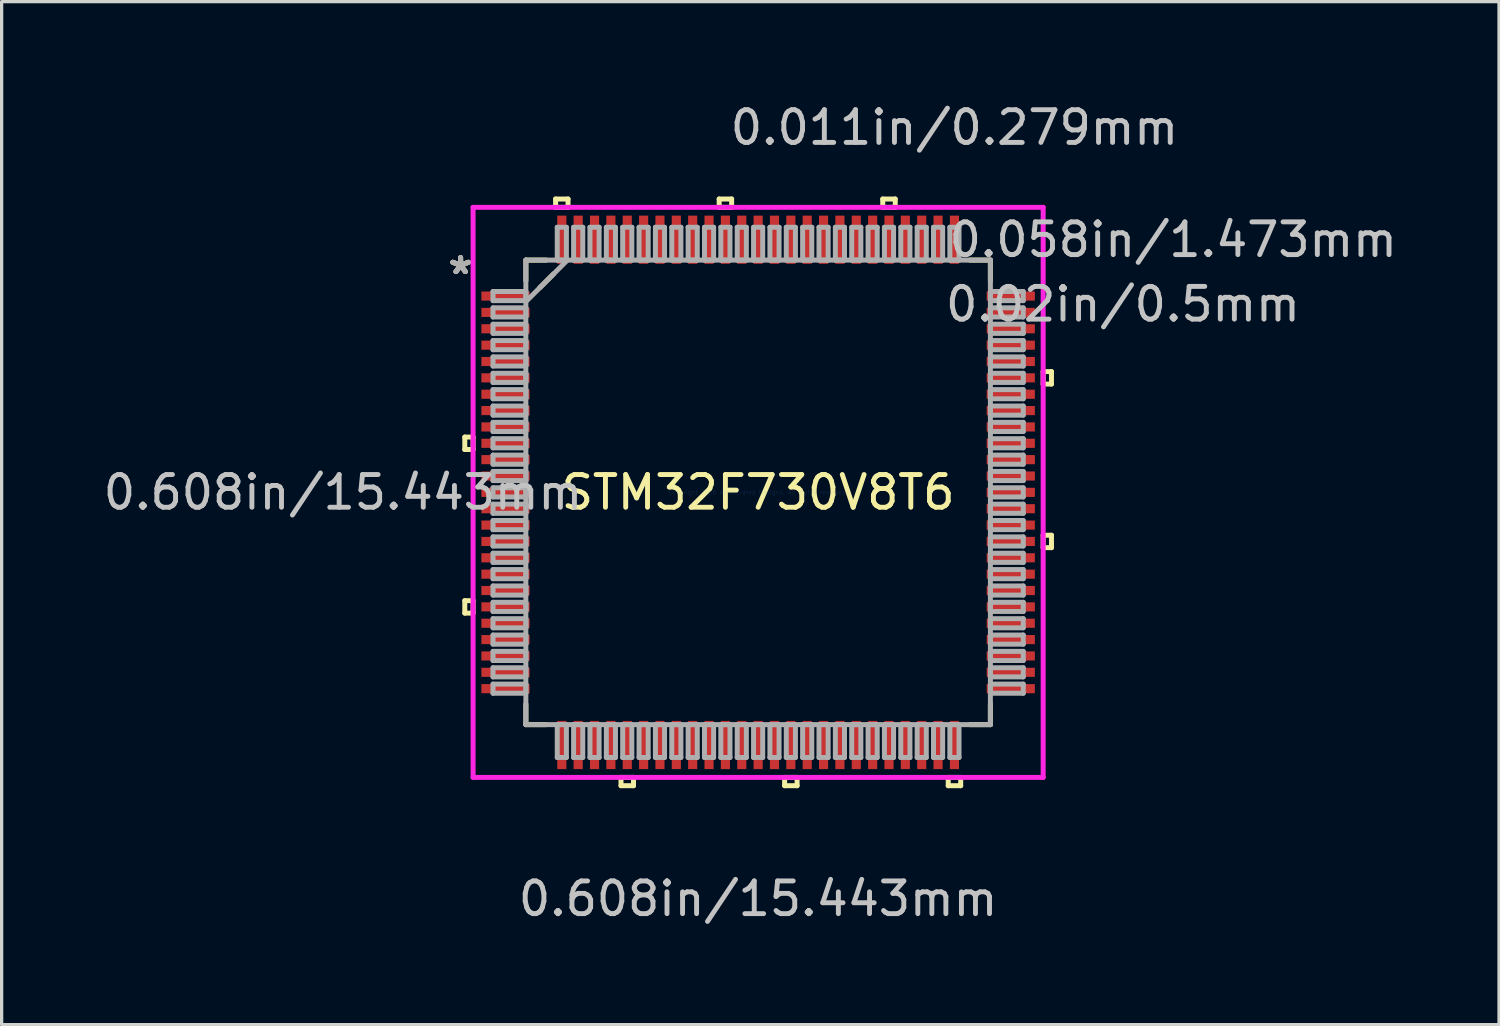
<source format=kicad_pcb>
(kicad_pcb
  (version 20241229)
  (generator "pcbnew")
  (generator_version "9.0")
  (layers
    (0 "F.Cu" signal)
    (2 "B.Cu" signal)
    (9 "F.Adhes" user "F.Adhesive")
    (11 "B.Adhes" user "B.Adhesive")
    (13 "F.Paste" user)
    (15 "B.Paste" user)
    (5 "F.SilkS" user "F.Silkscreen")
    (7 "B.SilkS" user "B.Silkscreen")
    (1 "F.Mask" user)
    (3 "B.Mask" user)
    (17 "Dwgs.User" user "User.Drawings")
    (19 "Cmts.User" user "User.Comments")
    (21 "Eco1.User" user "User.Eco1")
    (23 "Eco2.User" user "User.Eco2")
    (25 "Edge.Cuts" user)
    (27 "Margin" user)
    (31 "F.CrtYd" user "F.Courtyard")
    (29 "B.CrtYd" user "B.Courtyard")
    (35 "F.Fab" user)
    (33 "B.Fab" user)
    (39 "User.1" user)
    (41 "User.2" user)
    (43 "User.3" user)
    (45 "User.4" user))
  (footprint "STM32F730V8T6"
    (layer "F.Cu")
    (at 20.122 11.999)
    (property "Reference" "STM32F730V8T6" (at 0 0 0) (layer "F.SilkS") (effects (font (size 1 1) (thickness 0.15))))
    (attr through_hole)
    (fp_line (start -8.966 -1.69) (end -8.966 -1.31) (stroke (width 0.152) (type solid)) (layer "F.SilkS"))
    (fp_line (start -8.966 -1.31) (end -8.712 -1.31) (stroke (width 0.152) (type solid)) (layer "F.SilkS"))
    (fp_line (start -8.966 3.31) (end -8.966 3.691) (stroke (width 0.152) (type solid)) (layer "F.SilkS"))
    (fp_line (start -8.966 3.691) (end -8.712 3.691) (stroke (width 0.152) (type solid)) (layer "F.SilkS"))
    (fp_line (start -8.712 -1.69) (end -8.966 -1.69) (stroke (width 0.152) (type solid)) (layer "F.SilkS"))
    (fp_line (start -8.712 -1.31) (end -8.712 -1.69) (stroke (width 0.152) (type solid)) (layer "F.SilkS"))
    (fp_line (start -8.712 3.31) (end -8.966 3.31) (stroke (width 0.152) (type solid)) (layer "F.SilkS"))
    (fp_line (start -8.712 3.691) (end -8.712 3.31) (stroke (width 0.152) (type solid)) (layer "F.SilkS"))
    (fp_line (start -7.099 -7.099) (end -7.099 -6.472) (stroke (width 0.152) (type solid)) (layer "F.SilkS"))
    (fp_line (start -7.099 6.472) (end -7.099 7.099) (stroke (width 0.152) (type solid)) (layer "F.SilkS"))
    (fp_line (start -7.099 7.099) (end -6.472 7.099) (stroke (width 0.152) (type solid)) (layer "F.SilkS"))
    (fp_line (start -6.673 -6.256) (end -6.256 -6.673) (stroke (width 0.152) (type solid)) (layer "F.SilkS"))
    (fp_line (start -6.472 -7.099) (end -7.099 -7.099) (stroke (width 0.152) (type solid)) (layer "F.SilkS"))
    (fp_line (start -6.191 -8.966) (end -5.81 -8.966) (stroke (width 0.152) (type solid)) (layer "F.SilkS"))
    (fp_line (start -6.191 -8.712) (end -6.191 -8.966) (stroke (width 0.152) (type solid)) (layer "F.SilkS"))
    (fp_line (start -5.81 -8.966) (end -5.81 -8.712) (stroke (width 0.152) (type solid)) (layer "F.SilkS"))
    (fp_line (start -5.81 -8.712) (end -6.191 -8.712) (stroke (width 0.152) (type solid)) (layer "F.SilkS"))
    (fp_line (start -4.191 8.712) (end -4.191 8.966) (stroke (width 0.152) (type solid)) (layer "F.SilkS"))
    (fp_line (start -4.191 8.966) (end -3.809 8.966) (stroke (width 0.152) (type solid)) (layer "F.SilkS"))
    (fp_line (start -3.809 8.712) (end -4.191 8.712) (stroke (width 0.152) (type solid)) (layer "F.SilkS"))
    (fp_line (start -3.809 8.966) (end -3.809 8.712) (stroke (width 0.152) (type solid)) (layer "F.SilkS"))
    (fp_line (start -1.191 -8.966) (end -0.81 -8.966) (stroke (width 0.152) (type solid)) (layer "F.SilkS"))
    (fp_line (start -1.191 -8.712) (end -1.191 -8.966) (stroke (width 0.152) (type solid)) (layer "F.SilkS"))
    (fp_line (start -0.81 -8.966) (end -0.81 -8.712) (stroke (width 0.152) (type solid)) (layer "F.SilkS"))
    (fp_line (start -0.81 -8.712) (end -1.191 -8.712) (stroke (width 0.152) (type solid)) (layer "F.SilkS"))
    (fp_line (start 0.81 8.712) (end 0.81 8.966) (stroke (width 0.152) (type solid)) (layer "F.SilkS"))
    (fp_line (start 0.81 8.966) (end 1.191 8.966) (stroke (width 0.152) (type solid)) (layer "F.SilkS"))
    (fp_line (start 1.191 8.712) (end 0.81 8.712) (stroke (width 0.152) (type solid)) (layer "F.SilkS"))
    (fp_line (start 1.191 8.966) (end 1.191 8.712) (stroke (width 0.152) (type solid)) (layer "F.SilkS"))
    (fp_line (start 3.809 -8.966) (end 4.191 -8.966) (stroke (width 0.152) (type solid)) (layer "F.SilkS"))
    (fp_line (start 3.809 -8.712) (end 3.809 -8.966) (stroke (width 0.152) (type solid)) (layer "F.SilkS"))
    (fp_line (start 4.191 -8.966) (end 4.191 -8.712) (stroke (width 0.152) (type solid)) (layer "F.SilkS"))
    (fp_line (start 4.191 -8.712) (end 3.809 -8.712) (stroke (width 0.152) (type solid)) (layer "F.SilkS"))
    (fp_line (start 5.81 8.712) (end 5.81 8.966) (stroke (width 0.152) (type solid)) (layer "F.SilkS"))
    (fp_line (start 5.81 8.966) (end 6.191 8.966) (stroke (width 0.152) (type solid)) (layer "F.SilkS"))
    (fp_line (start 6.191 8.712) (end 5.81 8.712) (stroke (width 0.152) (type solid)) (layer "F.SilkS"))
    (fp_line (start 6.191 8.966) (end 6.191 8.712) (stroke (width 0.152) (type solid)) (layer "F.SilkS"))
    (fp_line (start 6.472 7.099) (end 7.099 7.099) (stroke (width 0.152) (type solid)) (layer "F.SilkS"))
    (fp_line (start 7.099 -7.099) (end 6.472 -7.099) (stroke (width 0.152) (type solid)) (layer "F.SilkS"))
    (fp_line (start 7.099 -6.472) (end 7.099 -7.099) (stroke (width 0.152) (type solid)) (layer "F.SilkS"))
    (fp_line (start 7.099 7.099) (end 7.099 6.472) (stroke (width 0.152) (type solid)) (layer "F.SilkS"))
    (fp_line (start 8.712 -3.691) (end 8.966 -3.691) (stroke (width 0.152) (type solid)) (layer "F.SilkS"))
    (fp_line (start 8.712 -3.31) (end 8.712 -3.691) (stroke (width 0.152) (type solid)) (layer "F.SilkS"))
    (fp_line (start 8.712 1.31) (end 8.966 1.31) (stroke (width 0.152) (type solid)) (layer "F.SilkS"))
    (fp_line (start 8.712 1.69) (end 8.712 1.31) (stroke (width 0.152) (type solid)) (layer "F.SilkS"))
    (fp_line (start 8.966 -3.691) (end 8.966 -3.31) (stroke (width 0.152) (type solid)) (layer "F.SilkS"))
    (fp_line (start 8.966 -3.31) (end 8.712 -3.31) (stroke (width 0.152) (type solid)) (layer "F.SilkS"))
    (fp_line (start 8.966 1.31) (end 8.966 1.69) (stroke (width 0.152) (type solid)) (layer "F.SilkS"))
    (fp_line (start 8.966 1.69) (end 8.712 1.69) (stroke (width 0.152) (type solid)) (layer "F.SilkS"))
    (fp_line (start -8.712 -8.712) (end 8.712 -8.712) (stroke (width 0.152) (type solid)) (layer "F.CrtYd"))
    (fp_line (start -8.712 8.712) (end -8.712 -8.712) (stroke (width 0.152) (type solid)) (layer "F.CrtYd"))
    (fp_line (start 8.712 -8.712) (end 8.712 8.712) (stroke (width 0.152) (type solid)) (layer "F.CrtYd"))
    (fp_line (start 8.712 8.712) (end -8.712 8.712) (stroke (width 0.152) (type solid)) (layer "F.CrtYd"))
    (fp_line (start -8.103 -6.14) (end -8.103 -5.86) (stroke (width 0.152) (type solid)) (layer "F.Fab"))
    (fp_line (start -8.103 -5.86) (end -7.099 -5.86) (stroke (width 0.152) (type solid)) (layer "F.Fab"))
    (fp_line (start -8.103 -5.64) (end -8.103 -5.36) (stroke (width 0.152) (type solid)) (layer "F.Fab"))
    (fp_line (start -8.103 -5.36) (end -7.099 -5.36) (stroke (width 0.152) (type solid)) (layer "F.Fab"))
    (fp_line (start -8.103 -5.14) (end -8.103 -4.86) (stroke (width 0.152) (type solid)) (layer "F.Fab"))
    (fp_line (start -8.103 -4.86) (end -7.099 -4.86) (stroke (width 0.152) (type solid)) (layer "F.Fab"))
    (fp_line (start -8.103 -4.64) (end -8.103 -4.36) (stroke (width 0.152) (type solid)) (layer "F.Fab"))
    (fp_line (start -8.103 -4.36) (end -7.099 -4.36) (stroke (width 0.152) (type solid)) (layer "F.Fab"))
    (fp_line (start -8.103 -4.14) (end -8.103 -3.86) (stroke (width 0.152) (type solid)) (layer "F.Fab"))
    (fp_line (start -8.103 -3.86) (end -7.099 -3.86) (stroke (width 0.152) (type solid)) (layer "F.Fab"))
    (fp_line (start -8.103 -3.64) (end -8.103 -3.36) (stroke (width 0.152) (type solid)) (layer "F.Fab"))
    (fp_line (start -8.103 -3.36) (end -7.099 -3.36) (stroke (width 0.152) (type solid)) (layer "F.Fab"))
    (fp_line (start -8.103 -3.14) (end -8.103 -2.86) (stroke (width 0.152) (type solid)) (layer "F.Fab"))
    (fp_line (start -8.103 -2.86) (end -7.099 -2.86) (stroke (width 0.152) (type solid)) (layer "F.Fab"))
    (fp_line (start -8.103 -2.64) (end -8.103 -2.36) (stroke (width 0.152) (type solid)) (layer "F.Fab"))
    (fp_line (start -8.103 -2.36) (end -7.099 -2.36) (stroke (width 0.152) (type solid)) (layer "F.Fab"))
    (fp_line (start -8.103 -2.14) (end -8.103 -1.86) (stroke (width 0.152) (type solid)) (layer "F.Fab"))
    (fp_line (start -8.103 -1.86) (end -7.099 -1.86) (stroke (width 0.152) (type solid)) (layer "F.Fab"))
    (fp_line (start -8.103 -1.64) (end -8.103 -1.36) (stroke (width 0.152) (type solid)) (layer "F.Fab"))
    (fp_line (start -8.103 -1.36) (end -7.099 -1.36) (stroke (width 0.152) (type solid)) (layer "F.Fab"))
    (fp_line (start -8.103 -1.14) (end -8.103 -0.86) (stroke (width 0.152) (type solid)) (layer "F.Fab"))
    (fp_line (start -8.103 -0.86) (end -7.099 -0.86) (stroke (width 0.152) (type solid)) (layer "F.Fab"))
    (fp_line (start -8.103 -0.64) (end -8.103 -0.36) (stroke (width 0.152) (type solid)) (layer "F.Fab"))
    (fp_line (start -8.103 -0.36) (end -7.099 -0.36) (stroke (width 0.152) (type solid)) (layer "F.Fab"))
    (fp_line (start -8.103 -0.14) (end -8.103 0.14) (stroke (width 0.152) (type solid)) (layer "F.Fab"))
    (fp_line (start -8.103 0.14) (end -7.099 0.14) (stroke (width 0.152) (type solid)) (layer "F.Fab"))
    (fp_line (start -8.103 0.36) (end -8.103 0.64) (stroke (width 0.152) (type solid)) (layer "F.Fab"))
    (fp_line (start -8.103 0.64) (end -7.099 0.64) (stroke (width 0.152) (type solid)) (layer "F.Fab"))
    (fp_line (start -8.103 0.86) (end -8.103 1.14) (stroke (width 0.152) (type solid)) (layer "F.Fab"))
    (fp_line (start -8.103 1.14) (end -7.099 1.14) (stroke (width 0.152) (type solid)) (layer "F.Fab"))
    (fp_line (start -8.103 1.36) (end -8.103 1.64) (stroke (width 0.152) (type solid)) (layer "F.Fab"))
    (fp_line (start -8.103 1.64) (end -7.099 1.64) (stroke (width 0.152) (type solid)) (layer "F.Fab"))
    (fp_line (start -8.103 1.86) (end -8.103 2.14) (stroke (width 0.152) (type solid)) (layer "F.Fab"))
    (fp_line (start -8.103 2.14) (end -7.099 2.14) (stroke (width 0.152) (type solid)) (layer "F.Fab"))
    (fp_line (start -8.103 2.36) (end -8.103 2.64) (stroke (width 0.152) (type solid)) (layer "F.Fab"))
    (fp_line (start -8.103 2.64) (end -7.099 2.64) (stroke (width 0.152) (type solid)) (layer "F.Fab"))
    (fp_line (start -8.103 2.86) (end -8.103 3.14) (stroke (width 0.152) (type solid)) (layer "F.Fab"))
    (fp_line (start -8.103 3.14) (end -7.099 3.14) (stroke (width 0.152) (type solid)) (layer "F.Fab"))
    (fp_line (start -8.103 3.36) (end -8.103 3.64) (stroke (width 0.152) (type solid)) (layer "F.Fab"))
    (fp_line (start -8.103 3.64) (end -7.099 3.64) (stroke (width 0.152) (type solid)) (layer "F.Fab"))
    (fp_line (start -8.103 3.86) (end -8.103 4.14) (stroke (width 0.152) (type solid)) (layer "F.Fab"))
    (fp_line (start -8.103 4.14) (end -7.099 4.14) (stroke (width 0.152) (type solid)) (layer "F.Fab"))
    (fp_line (start -8.103 4.36) (end -8.103 4.64) (stroke (width 0.152) (type solid)) (layer "F.Fab"))
    (fp_line (start -8.103 4.64) (end -7.099 4.64) (stroke (width 0.152) (type solid)) (layer "F.Fab"))
    (fp_line (start -8.103 4.86) (end -8.103 5.14) (stroke (width 0.152) (type solid)) (layer "F.Fab"))
    (fp_line (start -8.103 5.14) (end -7.099 5.14) (stroke (width 0.152) (type solid)) (layer "F.Fab"))
    (fp_line (start -8.103 5.36) (end -8.103 5.64) (stroke (width 0.152) (type solid)) (layer "F.Fab"))
    (fp_line (start -8.103 5.64) (end -7.099 5.64) (stroke (width 0.152) (type solid)) (layer "F.Fab"))
    (fp_line (start -8.103 5.86) (end -8.103 6.14) (stroke (width 0.152) (type solid)) (layer "F.Fab"))
    (fp_line (start -8.103 6.14) (end -7.099 6.14) (stroke (width 0.152) (type solid)) (layer "F.Fab"))
    (fp_line (start -7.099 -7.099) (end -7.099 -7.099) (stroke (width 0.152) (type solid)) (layer "F.Fab"))
    (fp_line (start -7.099 -7.099) (end -7.099 7.099) (stroke (width 0.152) (type solid)) (layer "F.Fab"))
    (fp_line (start -7.099 -6.14) (end -8.103 -6.14) (stroke (width 0.152) (type solid)) (layer "F.Fab"))
    (fp_line (start -7.099 -5.86) (end -7.099 -6.14) (stroke (width 0.152) (type solid)) (layer "F.Fab"))
    (fp_line (start -7.099 -5.829) (end -5.829 -7.099) (stroke (width 0.152) (type solid)) (layer "F.Fab"))
    (fp_line (start -7.099 -5.64) (end -8.103 -5.64) (stroke (width 0.152) (type solid)) (layer "F.Fab"))
    (fp_line (start -7.099 -5.36) (end -7.099 -5.64) (stroke (width 0.152) (type solid)) (layer "F.Fab"))
    (fp_line (start -7.099 -5.14) (end -8.103 -5.14) (stroke (width 0.152) (type solid)) (layer "F.Fab"))
    (fp_line (start -7.099 -4.86) (end -7.099 -5.14) (stroke (width 0.152) (type solid)) (layer "F.Fab"))
    (fp_line (start -7.099 -4.64) (end -8.103 -4.64) (stroke (width 0.152) (type solid)) (layer "F.Fab"))
    (fp_line (start -7.099 -4.36) (end -7.099 -4.64) (stroke (width 0.152) (type solid)) (layer "F.Fab"))
    (fp_line (start -7.099 -4.14) (end -8.103 -4.14) (stroke (width 0.152) (type solid)) (layer "F.Fab"))
    (fp_line (start -7.099 -3.86) (end -7.099 -4.14) (stroke (width 0.152) (type solid)) (layer "F.Fab"))
    (fp_line (start -7.099 -3.64) (end -8.103 -3.64) (stroke (width 0.152) (type solid)) (layer "F.Fab"))
    (fp_line (start -7.099 -3.36) (end -7.099 -3.64) (stroke (width 0.152) (type solid)) (layer "F.Fab"))
    (fp_line (start -7.099 -3.14) (end -8.103 -3.14) (stroke (width 0.152) (type solid)) (layer "F.Fab"))
    (fp_line (start -7.099 -2.86) (end -7.099 -3.14) (stroke (width 0.152) (type solid)) (layer "F.Fab"))
    (fp_line (start -7.099 -2.64) (end -8.103 -2.64) (stroke (width 0.152) (type solid)) (layer "F.Fab"))
    (fp_line (start -7.099 -2.36) (end -7.099 -2.64) (stroke (width 0.152) (type solid)) (layer "F.Fab"))
    (fp_line (start -7.099 -2.14) (end -8.103 -2.14) (stroke (width 0.152) (type solid)) (layer "F.Fab"))
    (fp_line (start -7.099 -1.86) (end -7.099 -2.14) (stroke (width 0.152) (type solid)) (layer "F.Fab"))
    (fp_line (start -7.099 -1.64) (end -8.103 -1.64) (stroke (width 0.152) (type solid)) (layer "F.Fab"))
    (fp_line (start -7.099 -1.36) (end -7.099 -1.64) (stroke (width 0.152) (type solid)) (layer "F.Fab"))
    (fp_line (start -7.099 -1.14) (end -8.103 -1.14) (stroke (width 0.152) (type solid)) (layer "F.Fab"))
    (fp_line (start -7.099 -0.86) (end -7.099 -1.14) (stroke (width 0.152) (type solid)) (layer "F.Fab"))
    (fp_line (start -7.099 -0.64) (end -8.103 -0.64) (stroke (width 0.152) (type solid)) (layer "F.Fab"))
    (fp_line (start -7.099 -0.36) (end -7.099 -0.64) (stroke (width 0.152) (type solid)) (layer "F.Fab"))
    (fp_line (start -7.099 -0.14) (end -8.103 -0.14) (stroke (width 0.152) (type solid)) (layer "F.Fab"))
    (fp_line (start -7.099 0.14) (end -7.099 -0.14) (stroke (width 0.152) (type solid)) (layer "F.Fab"))
    (fp_line (start -7.099 0.36) (end -8.103 0.36) (stroke (width 0.152) (type solid)) (layer "F.Fab"))
    (fp_line (start -7.099 0.64) (end -7.099 0.36) (stroke (width 0.152) (type solid)) (layer "F.Fab"))
    (fp_line (start -7.099 0.86) (end -8.103 0.86) (stroke (width 0.152) (type solid)) (layer "F.Fab"))
    (fp_line (start -7.099 1.14) (end -7.099 0.86) (stroke (width 0.152) (type solid)) (layer "F.Fab"))
    (fp_line (start -7.099 1.36) (end -8.103 1.36) (stroke (width 0.152) (type solid)) (layer "F.Fab"))
    (fp_line (start -7.099 1.64) (end -7.099 1.36) (stroke (width 0.152) (type solid)) (layer "F.Fab"))
    (fp_line (start -7.099 1.86) (end -8.103 1.86) (stroke (width 0.152) (type solid)) (layer "F.Fab"))
    (fp_line (start -7.099 2.14) (end -7.099 1.86) (stroke (width 0.152) (type solid)) (layer "F.Fab"))
    (fp_line (start -7.099 2.36) (end -8.103 2.36) (stroke (width 0.152) (type solid)) (layer "F.Fab"))
    (fp_line (start -7.099 2.64) (end -7.099 2.36) (stroke (width 0.152) (type solid)) (layer "F.Fab"))
    (fp_line (start -7.099 2.86) (end -8.103 2.86) (stroke (width 0.152) (type solid)) (layer "F.Fab"))
    (fp_line (start -7.099 3.14) (end -7.099 2.86) (stroke (width 0.152) (type solid)) (layer "F.Fab"))
    (fp_line (start -7.099 3.36) (end -8.103 3.36) (stroke (width 0.152) (type solid)) (layer "F.Fab"))
    (fp_line (start -7.099 3.64) (end -7.099 3.36) (stroke (width 0.152) (type solid)) (layer "F.Fab"))
    (fp_line (start -7.099 3.86) (end -8.103 3.86) (stroke (width 0.152) (type solid)) (layer "F.Fab"))
    (fp_line (start -7.099 4.14) (end -7.099 3.86) (stroke (width 0.152) (type solid)) (layer "F.Fab"))
    (fp_line (start -7.099 4.36) (end -8.103 4.36) (stroke (width 0.152) (type solid)) (layer "F.Fab"))
    (fp_line (start -7.099 4.64) (end -7.099 4.36) (stroke (width 0.152) (type solid)) (layer "F.Fab"))
    (fp_line (start -7.099 4.86) (end -8.103 4.86) (stroke (width 0.152) (type solid)) (layer "F.Fab"))
    (fp_line (start -7.099 5.14) (end -7.099 4.86) (stroke (width 0.152) (type solid)) (layer "F.Fab"))
    (fp_line (start -7.099 5.36) (end -8.103 5.36) (stroke (width 0.152) (type solid)) (layer "F.Fab"))
    (fp_line (start -7.099 5.64) (end -7.099 5.36) (stroke (width 0.152) (type solid)) (layer "F.Fab"))
    (fp_line (start -7.099 5.86) (end -8.103 5.86) (stroke (width 0.152) (type solid)) (layer "F.Fab"))
    (fp_line (start -7.099 6.14) (end -7.099 5.86) (stroke (width 0.152) (type solid)) (layer "F.Fab"))
    (fp_line (start -7.099 7.099) (end -7.099 7.099) (stroke (width 0.152) (type solid)) (layer "F.Fab"))
    (fp_line (start -7.099 7.099) (end 7.099 7.099) (stroke (width 0.152) (type solid)) (layer "F.Fab"))
    (fp_line (start -6.14 -8.103) (end -6.14 -7.099) (stroke (width 0.152) (type solid)) (layer "F.Fab"))
    (fp_line (start -6.14 -7.099) (end -5.86 -7.099) (stroke (width 0.152) (type solid)) (layer "F.Fab"))
    (fp_line (start -6.14 7.099) (end -6.14 8.103) (stroke (width 0.152) (type solid)) (layer "F.Fab"))
    (fp_line (start -6.14 8.103) (end -5.86 8.103) (stroke (width 0.152) (type solid)) (layer "F.Fab"))
    (fp_line (start -5.86 -8.103) (end -6.14 -8.103) (stroke (width 0.152) (type solid)) (layer "F.Fab"))
    (fp_line (start -5.86 -7.099) (end -5.86 -8.103) (stroke (width 0.152) (type solid)) (layer "F.Fab"))
    (fp_line (start -5.86 7.099) (end -6.14 7.099) (stroke (width 0.152) (type solid)) (layer "F.Fab"))
    (fp_line (start -5.86 8.103) (end -5.86 7.099) (stroke (width 0.152) (type solid)) (layer "F.Fab"))
    (fp_line (start -5.64 -8.103) (end -5.64 -7.099) (stroke (width 0.152) (type solid)) (layer "F.Fab"))
    (fp_line (start -5.64 -7.099) (end -5.36 -7.099) (stroke (width 0.152) (type solid)) (layer "F.Fab"))
    (fp_line (start -5.64 7.099) (end -5.64 8.103) (stroke (width 0.152) (type solid)) (layer "F.Fab"))
    (fp_line (start -5.64 8.103) (end -5.36 8.103) (stroke (width 0.152) (type solid)) (layer "F.Fab"))
    (fp_line (start -5.36 -8.103) (end -5.64 -8.103) (stroke (width 0.152) (type solid)) (layer "F.Fab"))
    (fp_line (start -5.36 -7.099) (end -5.36 -8.103) (stroke (width 0.152) (type solid)) (layer "F.Fab"))
    (fp_line (start -5.36 7.099) (end -5.64 7.099) (stroke (width 0.152) (type solid)) (layer "F.Fab"))
    (fp_line (start -5.36 8.103) (end -5.36 7.099) (stroke (width 0.152) (type solid)) (layer "F.Fab"))
    (fp_line (start -5.14 -8.103) (end -5.14 -7.099) (stroke (width 0.152) (type solid)) (layer "F.Fab"))
    (fp_line (start -5.14 -7.099) (end -4.86 -7.099) (stroke (width 0.152) (type solid)) (layer "F.Fab"))
    (fp_line (start -5.14 7.099) (end -5.14 8.103) (stroke (width 0.152) (type solid)) (layer "F.Fab"))
    (fp_line (start -5.14 8.103) (end -4.86 8.103) (stroke (width 0.152) (type solid)) (layer "F.Fab"))
    (fp_line (start -4.86 -8.103) (end -5.14 -8.103) (stroke (width 0.152) (type solid)) (layer "F.Fab"))
    (fp_line (start -4.86 -7.099) (end -4.86 -8.103) (stroke (width 0.152) (type solid)) (layer "F.Fab"))
    (fp_line (start -4.86 7.099) (end -5.14 7.099) (stroke (width 0.152) (type solid)) (layer "F.Fab"))
    (fp_line (start -4.86 8.103) (end -4.86 7.099) (stroke (width 0.152) (type solid)) (layer "F.Fab"))
    (fp_line (start -4.64 -8.103) (end -4.64 -7.099) (stroke (width 0.152) (type solid)) (layer "F.Fab"))
    (fp_line (start -4.64 -7.099) (end -4.36 -7.099) (stroke (width 0.152) (type solid)) (layer "F.Fab"))
    (fp_line (start -4.64 7.099) (end -4.64 8.103) (stroke (width 0.152) (type solid)) (layer "F.Fab"))
    (fp_line (start -4.64 8.103) (end -4.36 8.103) (stroke (width 0.152) (type solid)) (layer "F.Fab"))
    (fp_line (start -4.36 -8.103) (end -4.64 -8.103) (stroke (width 0.152) (type solid)) (layer "F.Fab"))
    (fp_line (start -4.36 -7.099) (end -4.36 -8.103) (stroke (width 0.152) (type solid)) (layer "F.Fab"))
    (fp_line (start -4.36 7.099) (end -4.64 7.099) (stroke (width 0.152) (type solid)) (layer "F.Fab"))
    (fp_line (start -4.36 8.103) (end -4.36 7.099) (stroke (width 0.152) (type solid)) (layer "F.Fab"))
    (fp_line (start -4.14 -8.103) (end -4.14 -7.099) (stroke (width 0.152) (type solid)) (layer "F.Fab"))
    (fp_line (start -4.14 -7.099) (end -3.86 -7.099) (stroke (width 0.152) (type solid)) (layer "F.Fab"))
    (fp_line (start -4.14 7.099) (end -4.14 8.103) (stroke (width 0.152) (type solid)) (layer "F.Fab"))
    (fp_line (start -4.14 8.103) (end -3.86 8.103) (stroke (width 0.152) (type solid)) (layer "F.Fab"))
    (fp_line (start -3.86 -8.103) (end -4.14 -8.103) (stroke (width 0.152) (type solid)) (layer "F.Fab"))
    (fp_line (start -3.86 -7.099) (end -3.86 -8.103) (stroke (width 0.152) (type solid)) (layer "F.Fab"))
    (fp_line (start -3.86 7.099) (end -4.14 7.099) (stroke (width 0.152) (type solid)) (layer "F.Fab"))
    (fp_line (start -3.86 8.103) (end -3.86 7.099) (stroke (width 0.152) (type solid)) (layer "F.Fab"))
    (fp_line (start -3.64 -8.103) (end -3.64 -7.099) (stroke (width 0.152) (type solid)) (layer "F.Fab"))
    (fp_line (start -3.64 -7.099) (end -3.36 -7.099) (stroke (width 0.152) (type solid)) (layer "F.Fab"))
    (fp_line (start -3.64 7.099) (end -3.64 8.103) (stroke (width 0.152) (type solid)) (layer "F.Fab"))
    (fp_line (start -3.64 8.103) (end -3.36 8.103) (stroke (width 0.152) (type solid)) (layer "F.Fab"))
    (fp_line (start -3.36 -8.103) (end -3.64 -8.103) (stroke (width 0.152) (type solid)) (layer "F.Fab"))
    (fp_line (start -3.36 -7.099) (end -3.36 -8.103) (stroke (width 0.152) (type solid)) (layer "F.Fab"))
    (fp_line (start -3.36 7.099) (end -3.64 7.099) (stroke (width 0.152) (type solid)) (layer "F.Fab"))
    (fp_line (start -3.36 8.103) (end -3.36 7.099) (stroke (width 0.152) (type solid)) (layer "F.Fab"))
    (fp_line (start -3.14 -8.103) (end -3.14 -7.099) (stroke (width 0.152) (type solid)) (layer "F.Fab"))
    (fp_line (start -3.14 -7.099) (end -2.86 -7.099) (stroke (width 0.152) (type solid)) (layer "F.Fab"))
    (fp_line (start -3.14 7.099) (end -3.14 8.103) (stroke (width 0.152) (type solid)) (layer "F.Fab"))
    (fp_line (start -3.14 8.103) (end -2.86 8.103) (stroke (width 0.152) (type solid)) (layer "F.Fab"))
    (fp_line (start -2.86 -8.103) (end -3.14 -8.103) (stroke (width 0.152) (type solid)) (layer "F.Fab"))
    (fp_line (start -2.86 -7.099) (end -2.86 -8.103) (stroke (width 0.152) (type solid)) (layer "F.Fab"))
    (fp_line (start -2.86 7.099) (end -3.14 7.099) (stroke (width 0.152) (type solid)) (layer "F.Fab"))
    (fp_line (start -2.86 8.103) (end -2.86 7.099) (stroke (width 0.152) (type solid)) (layer "F.Fab"))
    (fp_line (start -2.64 -8.103) (end -2.64 -7.099) (stroke (width 0.152) (type solid)) (layer "F.Fab"))
    (fp_line (start -2.64 -7.099) (end -2.36 -7.099) (stroke (width 0.152) (type solid)) (layer "F.Fab"))
    (fp_line (start -2.64 7.099) (end -2.64 8.103) (stroke (width 0.152) (type solid)) (layer "F.Fab"))
    (fp_line (start -2.64 8.103) (end -2.36 8.103) (stroke (width 0.152) (type solid)) (layer "F.Fab"))
    (fp_line (start -2.36 -8.103) (end -2.64 -8.103) (stroke (width 0.152) (type solid)) (layer "F.Fab"))
    (fp_line (start -2.36 -7.099) (end -2.36 -8.103) (stroke (width 0.152) (type solid)) (layer "F.Fab"))
    (fp_line (start -2.36 7.099) (end -2.64 7.099) (stroke (width 0.152) (type solid)) (layer "F.Fab"))
    (fp_line (start -2.36 8.103) (end -2.36 7.099) (stroke (width 0.152) (type solid)) (layer "F.Fab"))
    (fp_line (start -2.14 -8.103) (end -2.14 -7.099) (stroke (width 0.152) (type solid)) (layer "F.Fab"))
    (fp_line (start -2.14 -7.099) (end -1.86 -7.099) (stroke (width 0.152) (type solid)) (layer "F.Fab"))
    (fp_line (start -2.14 7.099) (end -2.14 8.103) (stroke (width 0.152) (type solid)) (layer "F.Fab"))
    (fp_line (start -2.14 8.103) (end -1.86 8.103) (stroke (width 0.152) (type solid)) (layer "F.Fab"))
    (fp_line (start -1.86 -8.103) (end -2.14 -8.103) (stroke (width 0.152) (type solid)) (layer "F.Fab"))
    (fp_line (start -1.86 -7.099) (end -1.86 -8.103) (stroke (width 0.152) (type solid)) (layer "F.Fab"))
    (fp_line (start -1.86 7.099) (end -2.14 7.099) (stroke (width 0.152) (type solid)) (layer "F.Fab"))
    (fp_line (start -1.86 8.103) (end -1.86 7.099) (stroke (width 0.152) (type solid)) (layer "F.Fab"))
    (fp_line (start -1.64 -8.103) (end -1.64 -7.099) (stroke (width 0.152) (type solid)) (layer "F.Fab"))
    (fp_line (start -1.64 -7.099) (end -1.36 -7.099) (stroke (width 0.152) (type solid)) (layer "F.Fab"))
    (fp_line (start -1.64 7.099) (end -1.64 8.103) (stroke (width 0.152) (type solid)) (layer "F.Fab"))
    (fp_line (start -1.64 8.103) (end -1.36 8.103) (stroke (width 0.152) (type solid)) (layer "F.Fab"))
    (fp_line (start -1.36 -8.103) (end -1.64 -8.103) (stroke (width 0.152) (type solid)) (layer "F.Fab"))
    (fp_line (start -1.36 -7.099) (end -1.36 -8.103) (stroke (width 0.152) (type solid)) (layer "F.Fab"))
    (fp_line (start -1.36 7.099) (end -1.64 7.099) (stroke (width 0.152) (type solid)) (layer "F.Fab"))
    (fp_line (start -1.36 8.103) (end -1.36 7.099) (stroke (width 0.152) (type solid)) (layer "F.Fab"))
    (fp_line (start -1.14 -8.103) (end -1.14 -7.099) (stroke (width 0.152) (type solid)) (layer "F.Fab"))
    (fp_line (start -1.14 -7.099) (end -0.86 -7.099) (stroke (width 0.152) (type solid)) (layer "F.Fab"))
    (fp_line (start -1.14 7.099) (end -1.14 8.103) (stroke (width 0.152) (type solid)) (layer "F.Fab"))
    (fp_line (start -1.14 8.103) (end -0.86 8.103) (stroke (width 0.152) (type solid)) (layer "F.Fab"))
    (fp_line (start -0.86 -8.103) (end -1.14 -8.103) (stroke (width 0.152) (type solid)) (layer "F.Fab"))
    (fp_line (start -0.86 -7.099) (end -0.86 -8.103) (stroke (width 0.152) (type solid)) (layer "F.Fab"))
    (fp_line (start -0.86 7.099) (end -1.14 7.099) (stroke (width 0.152) (type solid)) (layer "F.Fab"))
    (fp_line (start -0.86 8.103) (end -0.86 7.099) (stroke (width 0.152) (type solid)) (layer "F.Fab"))
    (fp_line (start -0.64 -8.103) (end -0.64 -7.099) (stroke (width 0.152) (type solid)) (layer "F.Fab"))
    (fp_line (start -0.64 -7.099) (end -0.36 -7.099) (stroke (width 0.152) (type solid)) (layer "F.Fab"))
    (fp_line (start -0.64 7.099) (end -0.64 8.103) (stroke (width 0.152) (type solid)) (layer "F.Fab"))
    (fp_line (start -0.64 8.103) (end -0.36 8.103) (stroke (width 0.152) (type solid)) (layer "F.Fab"))
    (fp_line (start -0.36 -8.103) (end -0.64 -8.103) (stroke (width 0.152) (type solid)) (layer "F.Fab"))
    (fp_line (start -0.36 -7.099) (end -0.36 -8.103) (stroke (width 0.152) (type solid)) (layer "F.Fab"))
    (fp_line (start -0.36 7.099) (end -0.64 7.099) (stroke (width 0.152) (type solid)) (layer "F.Fab"))
    (fp_line (start -0.36 8.103) (end -0.36 7.099) (stroke (width 0.152) (type solid)) (layer "F.Fab"))
    (fp_line (start -0.14 -8.103) (end -0.14 -7.099) (stroke (width 0.152) (type solid)) (layer "F.Fab"))
    (fp_line (start -0.14 -7.099) (end 0.14 -7.099) (stroke (width 0.152) (type solid)) (layer "F.Fab"))
    (fp_line (start -0.14 7.099) (end -0.14 8.103) (stroke (width 0.152) (type solid)) (layer "F.Fab"))
    (fp_line (start -0.14 8.103) (end 0.14 8.103) (stroke (width 0.152) (type solid)) (layer "F.Fab"))
    (fp_line (start 0.14 -8.103) (end -0.14 -8.103) (stroke (width 0.152) (type solid)) (layer "F.Fab"))
    (fp_line (start 0.14 -7.099) (end 0.14 -8.103) (stroke (width 0.152) (type solid)) (layer "F.Fab"))
    (fp_line (start 0.14 7.099) (end -0.14 7.099) (stroke (width 0.152) (type solid)) (layer "F.Fab"))
    (fp_line (start 0.14 8.103) (end 0.14 7.099) (stroke (width 0.152) (type solid)) (layer "F.Fab"))
    (fp_line (start 0.36 -8.103) (end 0.36 -7.099) (stroke (width 0.152) (type solid)) (layer "F.Fab"))
    (fp_line (start 0.36 -7.099) (end 0.64 -7.099) (stroke (width 0.152) (type solid)) (layer "F.Fab"))
    (fp_line (start 0.36 7.099) (end 0.36 8.103) (stroke (width 0.152) (type solid)) (layer "F.Fab"))
    (fp_line (start 0.36 8.103) (end 0.64 8.103) (stroke (width 0.152) (type solid)) (layer "F.Fab"))
    (fp_line (start 0.64 -8.103) (end 0.36 -8.103) (stroke (width 0.152) (type solid)) (layer "F.Fab"))
    (fp_line (start 0.64 -7.099) (end 0.64 -8.103) (stroke (width 0.152) (type solid)) (layer "F.Fab"))
    (fp_line (start 0.64 7.099) (end 0.36 7.099) (stroke (width 0.152) (type solid)) (layer "F.Fab"))
    (fp_line (start 0.64 8.103) (end 0.64 7.099) (stroke (width 0.152) (type solid)) (layer "F.Fab"))
    (fp_line (start 0.86 -8.103) (end 0.86 -7.099) (stroke (width 0.152) (type solid)) (layer "F.Fab"))
    (fp_line (start 0.86 -7.099) (end 1.14 -7.099) (stroke (width 0.152) (type solid)) (layer "F.Fab"))
    (fp_line (start 0.86 7.099) (end 0.86 8.103) (stroke (width 0.152) (type solid)) (layer "F.Fab"))
    (fp_line (start 0.86 8.103) (end 1.14 8.103) (stroke (width 0.152) (type solid)) (layer "F.Fab"))
    (fp_line (start 1.14 -8.103) (end 0.86 -8.103) (stroke (width 0.152) (type solid)) (layer "F.Fab"))
    (fp_line (start 1.14 -7.099) (end 1.14 -8.103) (stroke (width 0.152) (type solid)) (layer "F.Fab"))
    (fp_line (start 1.14 7.099) (end 0.86 7.099) (stroke (width 0.152) (type solid)) (layer "F.Fab"))
    (fp_line (start 1.14 8.103) (end 1.14 7.099) (stroke (width 0.152) (type solid)) (layer "F.Fab"))
    (fp_line (start 1.36 -8.103) (end 1.36 -7.099) (stroke (width 0.152) (type solid)) (layer "F.Fab"))
    (fp_line (start 1.36 -7.099) (end 1.64 -7.099) (stroke (width 0.152) (type solid)) (layer "F.Fab"))
    (fp_line (start 1.36 7.099) (end 1.36 8.103) (stroke (width 0.152) (type solid)) (layer "F.Fab"))
    (fp_line (start 1.36 8.103) (end 1.64 8.103) (stroke (width 0.152) (type solid)) (layer "F.Fab"))
    (fp_line (start 1.64 -8.103) (end 1.36 -8.103) (stroke (width 0.152) (type solid)) (layer "F.Fab"))
    (fp_line (start 1.64 -7.099) (end 1.64 -8.103) (stroke (width 0.152) (type solid)) (layer "F.Fab"))
    (fp_line (start 1.64 7.099) (end 1.36 7.099) (stroke (width 0.152) (type solid)) (layer "F.Fab"))
    (fp_line (start 1.64 8.103) (end 1.64 7.099) (stroke (width 0.152) (type solid)) (layer "F.Fab"))
    (fp_line (start 1.86 -8.103) (end 1.86 -7.099) (stroke (width 0.152) (type solid)) (layer "F.Fab"))
    (fp_line (start 1.86 -7.099) (end 2.14 -7.099) (stroke (width 0.152) (type solid)) (layer "F.Fab"))
    (fp_line (start 1.86 7.099) (end 1.86 8.103) (stroke (width 0.152) (type solid)) (layer "F.Fab"))
    (fp_line (start 1.86 8.103) (end 2.14 8.103) (stroke (width 0.152) (type solid)) (layer "F.Fab"))
    (fp_line (start 2.14 -8.103) (end 1.86 -8.103) (stroke (width 0.152) (type solid)) (layer "F.Fab"))
    (fp_line (start 2.14 -7.099) (end 2.14 -8.103) (stroke (width 0.152) (type solid)) (layer "F.Fab"))
    (fp_line (start 2.14 7.099) (end 1.86 7.099) (stroke (width 0.152) (type solid)) (layer "F.Fab"))
    (fp_line (start 2.14 8.103) (end 2.14 7.099) (stroke (width 0.152) (type solid)) (layer "F.Fab"))
    (fp_line (start 2.36 -8.103) (end 2.36 -7.099) (stroke (width 0.152) (type solid)) (layer "F.Fab"))
    (fp_line (start 2.36 -7.099) (end 2.64 -7.099) (stroke (width 0.152) (type solid)) (layer "F.Fab"))
    (fp_line (start 2.36 7.099) (end 2.36 8.103) (stroke (width 0.152) (type solid)) (layer "F.Fab"))
    (fp_line (start 2.36 8.103) (end 2.64 8.103) (stroke (width 0.152) (type solid)) (layer "F.Fab"))
    (fp_line (start 2.64 -8.103) (end 2.36 -8.103) (stroke (width 0.152) (type solid)) (layer "F.Fab"))
    (fp_line (start 2.64 -7.099) (end 2.64 -8.103) (stroke (width 0.152) (type solid)) (layer "F.Fab"))
    (fp_line (start 2.64 7.099) (end 2.36 7.099) (stroke (width 0.152) (type solid)) (layer "F.Fab"))
    (fp_line (start 2.64 8.103) (end 2.64 7.099) (stroke (width 0.152) (type solid)) (layer "F.Fab"))
    (fp_line (start 2.86 -8.103) (end 2.86 -7.099) (stroke (width 0.152) (type solid)) (layer "F.Fab"))
    (fp_line (start 2.86 -7.099) (end 3.14 -7.099) (stroke (width 0.152) (type solid)) (layer "F.Fab"))
    (fp_line (start 2.86 7.099) (end 2.86 8.103) (stroke (width 0.152) (type solid)) (layer "F.Fab"))
    (fp_line (start 2.86 8.103) (end 3.14 8.103) (stroke (width 0.152) (type solid)) (layer "F.Fab"))
    (fp_line (start 3.14 -8.103) (end 2.86 -8.103) (stroke (width 0.152) (type solid)) (layer "F.Fab"))
    (fp_line (start 3.14 -7.099) (end 3.14 -8.103) (stroke (width 0.152) (type solid)) (layer "F.Fab"))
    (fp_line (start 3.14 7.099) (end 2.86 7.099) (stroke (width 0.152) (type solid)) (layer "F.Fab"))
    (fp_line (start 3.14 8.103) (end 3.14 7.099) (stroke (width 0.152) (type solid)) (layer "F.Fab"))
    (fp_line (start 3.36 -8.103) (end 3.36 -7.099) (stroke (width 0.152) (type solid)) (layer "F.Fab"))
    (fp_line (start 3.36 -7.099) (end 3.64 -7.099) (stroke (width 0.152) (type solid)) (layer "F.Fab"))
    (fp_line (start 3.36 7.099) (end 3.36 8.103) (stroke (width 0.152) (type solid)) (layer "F.Fab"))
    (fp_line (start 3.36 8.103) (end 3.64 8.103) (stroke (width 0.152) (type solid)) (layer "F.Fab"))
    (fp_line (start 3.64 -8.103) (end 3.36 -8.103) (stroke (width 0.152) (type solid)) (layer "F.Fab"))
    (fp_line (start 3.64 -7.099) (end 3.64 -8.103) (stroke (width 0.152) (type solid)) (layer "F.Fab"))
    (fp_line (start 3.64 7.099) (end 3.36 7.099) (stroke (width 0.152) (type solid)) (layer "F.Fab"))
    (fp_line (start 3.64 8.103) (end 3.64 7.099) (stroke (width 0.152) (type solid)) (layer "F.Fab"))
    (fp_line (start 3.86 -8.103) (end 3.86 -7.099) (stroke (width 0.152) (type solid)) (layer "F.Fab"))
    (fp_line (start 3.86 -7.099) (end 4.14 -7.099) (stroke (width 0.152) (type solid)) (layer "F.Fab"))
    (fp_line (start 3.86 7.099) (end 3.86 8.103) (stroke (width 0.152) (type solid)) (layer "F.Fab"))
    (fp_line (start 3.86 8.103) (end 4.14 8.103) (stroke (width 0.152) (type solid)) (layer "F.Fab"))
    (fp_line (start 4.14 -8.103) (end 3.86 -8.103) (stroke (width 0.152) (type solid)) (layer "F.Fab"))
    (fp_line (start 4.14 -7.099) (end 4.14 -8.103) (stroke (width 0.152) (type solid)) (layer "F.Fab"))
    (fp_line (start 4.14 7.099) (end 3.86 7.099) (stroke (width 0.152) (type solid)) (layer "F.Fab"))
    (fp_line (start 4.14 8.103) (end 4.14 7.099) (stroke (width 0.152) (type solid)) (layer "F.Fab"))
    (fp_line (start 4.36 -8.103) (end 4.36 -7.099) (stroke (width 0.152) (type solid)) (layer "F.Fab"))
    (fp_line (start 4.36 -7.099) (end 4.64 -7.099) (stroke (width 0.152) (type solid)) (layer "F.Fab"))
    (fp_line (start 4.36 7.099) (end 4.36 8.103) (stroke (width 0.152) (type solid)) (layer "F.Fab"))
    (fp_line (start 4.36 8.103) (end 4.64 8.103) (stroke (width 0.152) (type solid)) (layer "F.Fab"))
    (fp_line (start 4.64 -8.103) (end 4.36 -8.103) (stroke (width 0.152) (type solid)) (layer "F.Fab"))
    (fp_line (start 4.64 -7.099) (end 4.64 -8.103) (stroke (width 0.152) (type solid)) (layer "F.Fab"))
    (fp_line (start 4.64 7.099) (end 4.36 7.099) (stroke (width 0.152) (type solid)) (layer "F.Fab"))
    (fp_line (start 4.64 8.103) (end 4.64 7.099) (stroke (width 0.152) (type solid)) (layer "F.Fab"))
    (fp_line (start 4.86 -8.103) (end 4.86 -7.099) (stroke (width 0.152) (type solid)) (layer "F.Fab"))
    (fp_line (start 4.86 -7.099) (end 5.14 -7.099) (stroke (width 0.152) (type solid)) (layer "F.Fab"))
    (fp_line (start 4.86 7.099) (end 4.86 8.103) (stroke (width 0.152) (type solid)) (layer "F.Fab"))
    (fp_line (start 4.86 8.103) (end 5.14 8.103) (stroke (width 0.152) (type solid)) (layer "F.Fab"))
    (fp_line (start 5.14 -8.103) (end 4.86 -8.103) (stroke (width 0.152) (type solid)) (layer "F.Fab"))
    (fp_line (start 5.14 -7.099) (end 5.14 -8.103) (stroke (width 0.152) (type solid)) (layer "F.Fab"))
    (fp_line (start 5.14 7.099) (end 4.86 7.099) (stroke (width 0.152) (type solid)) (layer "F.Fab"))
    (fp_line (start 5.14 8.103) (end 5.14 7.099) (stroke (width 0.152) (type solid)) (layer "F.Fab"))
    (fp_line (start 5.36 -8.103) (end 5.36 -7.099) (stroke (width 0.152) (type solid)) (layer "F.Fab"))
    (fp_line (start 5.36 -7.099) (end 5.64 -7.099) (stroke (width 0.152) (type solid)) (layer "F.Fab"))
    (fp_line (start 5.36 7.099) (end 5.36 8.103) (stroke (width 0.152) (type solid)) (layer "F.Fab"))
    (fp_line (start 5.36 8.103) (end 5.64 8.103) (stroke (width 0.152) (type solid)) (layer "F.Fab"))
    (fp_line (start 5.64 -8.103) (end 5.36 -8.103) (stroke (width 0.152) (type solid)) (layer "F.Fab"))
    (fp_line (start 5.64 -7.099) (end 5.64 -8.103) (stroke (width 0.152) (type solid)) (layer "F.Fab"))
    (fp_line (start 5.64 7.099) (end 5.36 7.099) (stroke (width 0.152) (type solid)) (layer "F.Fab"))
    (fp_line (start 5.64 8.103) (end 5.64 7.099) (stroke (width 0.152) (type solid)) (layer "F.Fab"))
    (fp_line (start 5.86 -8.103) (end 5.86 -7.099) (stroke (width 0.152) (type solid)) (layer "F.Fab"))
    (fp_line (start 5.86 -7.099) (end 6.14 -7.099) (stroke (width 0.152) (type solid)) (layer "F.Fab"))
    (fp_line (start 5.86 7.099) (end 5.86 8.103) (stroke (width 0.152) (type solid)) (layer "F.Fab"))
    (fp_line (start 5.86 8.103) (end 6.14 8.103) (stroke (width 0.152) (type solid)) (layer "F.Fab"))
    (fp_line (start 6.14 -8.103) (end 5.86 -8.103) (stroke (width 0.152) (type solid)) (layer "F.Fab"))
    (fp_line (start 6.14 -7.099) (end 6.14 -8.103) (stroke (width 0.152) (type solid)) (layer "F.Fab"))
    (fp_line (start 6.14 7.099) (end 5.86 7.099) (stroke (width 0.152) (type solid)) (layer "F.Fab"))
    (fp_line (start 6.14 8.103) (end 6.14 7.099) (stroke (width 0.152) (type solid)) (layer "F.Fab"))
    (fp_line (start 7.099 -7.099) (end -7.099 -7.099) (stroke (width 0.152) (type solid)) (layer "F.Fab"))
    (fp_line (start 7.099 -7.099) (end 7.099 -7.099) (stroke (width 0.152) (type solid)) (layer "F.Fab"))
    (fp_line (start 7.099 -6.14) (end 7.099 -5.86) (stroke (width 0.152) (type solid)) (layer "F.Fab"))
    (fp_line (start 7.099 -5.86) (end 8.103 -5.86) (stroke (width 0.152) (type solid)) (layer "F.Fab"))
    (fp_line (start 7.099 -5.64) (end 7.099 -5.36) (stroke (width 0.152) (type solid)) (layer "F.Fab"))
    (fp_line (start 7.099 -5.36) (end 8.103 -5.36) (stroke (width 0.152) (type solid)) (layer "F.Fab"))
    (fp_line (start 7.099 -5.14) (end 7.099 -4.86) (stroke (width 0.152) (type solid)) (layer "F.Fab"))
    (fp_line (start 7.099 -4.86) (end 8.103 -4.86) (stroke (width 0.152) (type solid)) (layer "F.Fab"))
    (fp_line (start 7.099 -4.64) (end 7.099 -4.36) (stroke (width 0.152) (type solid)) (layer "F.Fab"))
    (fp_line (start 7.099 -4.36) (end 8.103 -4.36) (stroke (width 0.152) (type solid)) (layer "F.Fab"))
    (fp_line (start 7.099 -4.14) (end 7.099 -3.86) (stroke (width 0.152) (type solid)) (layer "F.Fab"))
    (fp_line (start 7.099 -3.86) (end 8.103 -3.86) (stroke (width 0.152) (type solid)) (layer "F.Fab"))
    (fp_line (start 7.099 -3.64) (end 7.099 -3.36) (stroke (width 0.152) (type solid)) (layer "F.Fab"))
    (fp_line (start 7.099 -3.36) (end 8.103 -3.36) (stroke (width 0.152) (type solid)) (layer "F.Fab"))
    (fp_line (start 7.099 -3.14) (end 7.099 -2.86) (stroke (width 0.152) (type solid)) (layer "F.Fab"))
    (fp_line (start 7.099 -2.86) (end 8.103 -2.86) (stroke (width 0.152) (type solid)) (layer "F.Fab"))
    (fp_line (start 7.099 -2.64) (end 7.099 -2.36) (stroke (width 0.152) (type solid)) (layer "F.Fab"))
    (fp_line (start 7.099 -2.36) (end 8.103 -2.36) (stroke (width 0.152) (type solid)) (layer "F.Fab"))
    (fp_line (start 7.099 -2.14) (end 7.099 -1.86) (stroke (width 0.152) (type solid)) (layer "F.Fab"))
    (fp_line (start 7.099 -1.86) (end 8.103 -1.86) (stroke (width 0.152) (type solid)) (layer "F.Fab"))
    (fp_line (start 7.099 -1.64) (end 7.099 -1.36) (stroke (width 0.152) (type solid)) (layer "F.Fab"))
    (fp_line (start 7.099 -1.36) (end 8.103 -1.36) (stroke (width 0.152) (type solid)) (layer "F.Fab"))
    (fp_line (start 7.099 -1.14) (end 7.099 -0.86) (stroke (width 0.152) (type solid)) (layer "F.Fab"))
    (fp_line (start 7.099 -0.86) (end 8.103 -0.86) (stroke (width 0.152) (type solid)) (layer "F.Fab"))
    (fp_line (start 7.099 -0.64) (end 7.099 -0.36) (stroke (width 0.152) (type solid)) (layer "F.Fab"))
    (fp_line (start 7.099 -0.36) (end 8.103 -0.36) (stroke (width 0.152) (type solid)) (layer "F.Fab"))
    (fp_line (start 7.099 -0.14) (end 7.099 0.14) (stroke (width 0.152) (type solid)) (layer "F.Fab"))
    (fp_line (start 7.099 0.14) (end 8.103 0.14) (stroke (width 0.152) (type solid)) (layer "F.Fab"))
    (fp_line (start 7.099 0.36) (end 7.099 0.64) (stroke (width 0.152) (type solid)) (layer "F.Fab"))
    (fp_line (start 7.099 0.64) (end 8.103 0.64) (stroke (width 0.152) (type solid)) (layer "F.Fab"))
    (fp_line (start 7.099 0.86) (end 7.099 1.14) (stroke (width 0.152) (type solid)) (layer "F.Fab"))
    (fp_line (start 7.099 1.14) (end 8.103 1.14) (stroke (width 0.152) (type solid)) (layer "F.Fab"))
    (fp_line (start 7.099 1.36) (end 7.099 1.64) (stroke (width 0.152) (type solid)) (layer "F.Fab"))
    (fp_line (start 7.099 1.64) (end 8.103 1.64) (stroke (width 0.152) (type solid)) (layer "F.Fab"))
    (fp_line (start 7.099 1.86) (end 7.099 2.14) (stroke (width 0.152) (type solid)) (layer "F.Fab"))
    (fp_line (start 7.099 2.14) (end 8.103 2.14) (stroke (width 0.152) (type solid)) (layer "F.Fab"))
    (fp_line (start 7.099 2.36) (end 7.099 2.64) (stroke (width 0.152) (type solid)) (layer "F.Fab"))
    (fp_line (start 7.099 2.64) (end 8.103 2.64) (stroke (width 0.152) (type solid)) (layer "F.Fab"))
    (fp_line (start 7.099 2.86) (end 7.099 3.14) (stroke (width 0.152) (type solid)) (layer "F.Fab"))
    (fp_line (start 7.099 3.14) (end 8.103 3.14) (stroke (width 0.152) (type solid)) (layer "F.Fab"))
    (fp_line (start 7.099 3.36) (end 7.099 3.64) (stroke (width 0.152) (type solid)) (layer "F.Fab"))
    (fp_line (start 7.099 3.64) (end 8.103 3.64) (stroke (width 0.152) (type solid)) (layer "F.Fab"))
    (fp_line (start 7.099 3.86) (end 7.099 4.14) (stroke (width 0.152) (type solid)) (layer "F.Fab"))
    (fp_line (start 7.099 4.14) (end 8.103 4.14) (stroke (width 0.152) (type solid)) (layer "F.Fab"))
    (fp_line (start 7.099 4.36) (end 7.099 4.64) (stroke (width 0.152) (type solid)) (layer "F.Fab"))
    (fp_line (start 7.099 4.64) (end 8.103 4.64) (stroke (width 0.152) (type solid)) (layer "F.Fab"))
    (fp_line (start 7.099 4.86) (end 7.099 5.14) (stroke (width 0.152) (type solid)) (layer "F.Fab"))
    (fp_line (start 7.099 5.14) (end 8.103 5.14) (stroke (width 0.152) (type solid)) (layer "F.Fab"))
    (fp_line (start 7.099 5.36) (end 7.099 5.64) (stroke (width 0.152) (type solid)) (layer "F.Fab"))
    (fp_line (start 7.099 5.64) (end 8.103 5.64) (stroke (width 0.152) (type solid)) (layer "F.Fab"))
    (fp_line (start 7.099 5.86) (end 7.099 6.14) (stroke (width 0.152) (type solid)) (layer "F.Fab"))
    (fp_line (start 7.099 6.14) (end 8.103 6.14) (stroke (width 0.152) (type solid)) (layer "F.Fab"))
    (fp_line (start 7.099 7.099) (end 7.099 -7.099) (stroke (width 0.152) (type solid)) (layer "F.Fab"))
    (fp_line (start 7.099 7.099) (end 7.099 7.099) (stroke (width 0.152) (type solid)) (layer "F.Fab"))
    (fp_line (start 8.103 -6.14) (end 7.099 -6.14) (stroke (width 0.152) (type solid)) (layer "F.Fab"))
    (fp_line (start 8.103 -5.86) (end 8.103 -6.14) (stroke (width 0.152) (type solid)) (layer "F.Fab"))
    (fp_line (start 8.103 -5.64) (end 7.099 -5.64) (stroke (width 0.152) (type solid)) (layer "F.Fab"))
    (fp_line (start 8.103 -5.36) (end 8.103 -5.64) (stroke (width 0.152) (type solid)) (layer "F.Fab"))
    (fp_line (start 8.103 -5.14) (end 7.099 -5.14) (stroke (width 0.152) (type solid)) (layer "F.Fab"))
    (fp_line (start 8.103 -4.86) (end 8.103 -5.14) (stroke (width 0.152) (type solid)) (layer "F.Fab"))
    (fp_line (start 8.103 -4.64) (end 7.099 -4.64) (stroke (width 0.152) (type solid)) (layer "F.Fab"))
    (fp_line (start 8.103 -4.36) (end 8.103 -4.64) (stroke (width 0.152) (type solid)) (layer "F.Fab"))
    (fp_line (start 8.103 -4.14) (end 7.099 -4.14) (stroke (width 0.152) (type solid)) (layer "F.Fab"))
    (fp_line (start 8.103 -3.86) (end 8.103 -4.14) (stroke (width 0.152) (type solid)) (layer "F.Fab"))
    (fp_line (start 8.103 -3.64) (end 7.099 -3.64) (stroke (width 0.152) (type solid)) (layer "F.Fab"))
    (fp_line (start 8.103 -3.36) (end 8.103 -3.64) (stroke (width 0.152) (type solid)) (layer "F.Fab"))
    (fp_line (start 8.103 -3.14) (end 7.099 -3.14) (stroke (width 0.152) (type solid)) (layer "F.Fab"))
    (fp_line (start 8.103 -2.86) (end 8.103 -3.14) (stroke (width 0.152) (type solid)) (layer "F.Fab"))
    (fp_line (start 8.103 -2.64) (end 7.099 -2.64) (stroke (width 0.152) (type solid)) (layer "F.Fab"))
    (fp_line (start 8.103 -2.36) (end 8.103 -2.64) (stroke (width 0.152) (type solid)) (layer "F.Fab"))
    (fp_line (start 8.103 -2.14) (end 7.099 -2.14) (stroke (width 0.152) (type solid)) (layer "F.Fab"))
    (fp_line (start 8.103 -1.86) (end 8.103 -2.14) (stroke (width 0.152) (type solid)) (layer "F.Fab"))
    (fp_line (start 8.103 -1.64) (end 7.099 -1.64) (stroke (width 0.152) (type solid)) (layer "F.Fab"))
    (fp_line (start 8.103 -1.36) (end 8.103 -1.64) (stroke (width 0.152) (type solid)) (layer "F.Fab"))
    (fp_line (start 8.103 -1.14) (end 7.099 -1.14) (stroke (width 0.152) (type solid)) (layer "F.Fab"))
    (fp_line (start 8.103 -0.86) (end 8.103 -1.14) (stroke (width 0.152) (type solid)) (layer "F.Fab"))
    (fp_line (start 8.103 -0.64) (end 7.099 -0.64) (stroke (width 0.152) (type solid)) (layer "F.Fab"))
    (fp_line (start 8.103 -0.36) (end 8.103 -0.64) (stroke (width 0.152) (type solid)) (layer "F.Fab"))
    (fp_line (start 8.103 -0.14) (end 7.099 -0.14) (stroke (width 0.152) (type solid)) (layer "F.Fab"))
    (fp_line (start 8.103 0.14) (end 8.103 -0.14) (stroke (width 0.152) (type solid)) (layer "F.Fab"))
    (fp_line (start 8.103 0.36) (end 7.099 0.36) (stroke (width 0.152) (type solid)) (layer "F.Fab"))
    (fp_line (start 8.103 0.64) (end 8.103 0.36) (stroke (width 0.152) (type solid)) (layer "F.Fab"))
    (fp_line (start 8.103 0.86) (end 7.099 0.86) (stroke (width 0.152) (type solid)) (layer "F.Fab"))
    (fp_line (start 8.103 1.14) (end 8.103 0.86) (stroke (width 0.152) (type solid)) (layer "F.Fab"))
    (fp_line (start 8.103 1.36) (end 7.099 1.36) (stroke (width 0.152) (type solid)) (layer "F.Fab"))
    (fp_line (start 8.103 1.64) (end 8.103 1.36) (stroke (width 0.152) (type solid)) (layer "F.Fab"))
    (fp_line (start 8.103 1.86) (end 7.099 1.86) (stroke (width 0.152) (type solid)) (layer "F.Fab"))
    (fp_line (start 8.103 2.14) (end 8.103 1.86) (stroke (width 0.152) (type solid)) (layer "F.Fab"))
    (fp_line (start 8.103 2.36) (end 7.099 2.36) (stroke (width 0.152) (type solid)) (layer "F.Fab"))
    (fp_line (start 8.103 2.64) (end 8.103 2.36) (stroke (width 0.152) (type solid)) (layer "F.Fab"))
    (fp_line (start 8.103 2.86) (end 7.099 2.86) (stroke (width 0.152) (type solid)) (layer "F.Fab"))
    (fp_line (start 8.103 3.14) (end 8.103 2.86) (stroke (width 0.152) (type solid)) (layer "F.Fab"))
    (fp_line (start 8.103 3.36) (end 7.099 3.36) (stroke (width 0.152) (type solid)) (layer "F.Fab"))
    (fp_line (start 8.103 3.64) (end 8.103 3.36) (stroke (width 0.152) (type solid)) (layer "F.Fab"))
    (fp_line (start 8.103 3.86) (end 7.099 3.86) (stroke (width 0.152) (type solid)) (layer "F.Fab"))
    (fp_line (start 8.103 4.14) (end 8.103 3.86) (stroke (width 0.152) (type solid)) (layer "F.Fab"))
    (fp_line (start 8.103 4.36) (end 7.099 4.36) (stroke (width 0.152) (type solid)) (layer "F.Fab"))
    (fp_line (start 8.103 4.64) (end 8.103 4.36) (stroke (width 0.152) (type solid)) (layer "F.Fab"))
    (fp_line (start 8.103 4.86) (end 7.099 4.86) (stroke (width 0.152) (type solid)) (layer "F.Fab"))
    (fp_line (start 8.103 5.14) (end 8.103 4.86) (stroke (width 0.152) (type solid)) (layer "F.Fab"))
    (fp_line (start 8.103 5.36) (end 7.099 5.36) (stroke (width 0.152) (type solid)) (layer "F.Fab"))
    (fp_line (start 8.103 5.64) (end 8.103 5.36) (stroke (width 0.152) (type solid)) (layer "F.Fab"))
    (fp_line (start 8.103 5.86) (end 7.099 5.86) (stroke (width 0.152) (type solid)) (layer "F.Fab"))
    (fp_line (start 8.103 6.14) (end 8.103 5.86) (stroke (width 0.152) (type solid)) (layer "F.Fab"))
    (fp_text user "*" (at -9.093 -6.631 0) (layer "F.SilkS") (effects (font (size 1 1) (thickness 0.15))))
    (fp_text user "*" (at -9.093 -6.631 0) (layer "F.SilkS") (effects (font (size 1 1) (thickness 0.15))))
    (fp_text user "0.011in/0.279mm" (at 6 -11.151 0) (layer "Dwgs.User") (effects (font (size 1 1) (thickness 0.15))))
    (fp_text user "0.02in/0.5mm" (at 11.151 -5.75 0) (layer "Dwgs.User") (effects (font (size 1 1) (thickness 0.15))))
    (fp_text user "0.608in/15.443mm" (at 0 12.421 0) (layer "Dwgs.User") (effects (font (size 1 1) (thickness 0.15))))
    (fp_text user "0.608in/15.443mm" (at -12.687 0 0) (layer "Dwgs.User") (effects (font (size 1 1) (thickness 0.15))))
    (fp_text user "0.058in/1.473mm" (at 12.687 -7.722 0) (layer "Dwgs.User") (effects (font (size 1 1) (thickness 0.15))))
    (fp_text user "Copyright 2016 Accelerated Designs. All rights reserved." (at 0 0 0) (layer "Cmts.User") (effects (font (size 0.127 0.127) (thickness 0.002))))
    (fp_text user "*" (at -9.093 -6.631 0) (layer "F.Fab") (effects (font (size 1 1) (thickness 0.15))))
    (fp_text user "*" (at -9.093 -6.631 0) (layer "F.Fab") (effects (font (size 1 1) (thickness 0.15))))
    (pad "1" smd rect (at -7.722 -6 90) (size 0.279 1.473) (layers "F.Cu" "F.Mask" "F.Paste"))
    (pad "2" smd rect (at -7.722 -5.5 90) (size 0.279 1.473) (layers "F.Cu" "F.Mask" "F.Paste"))
    (pad "3" smd rect (at -7.722 -5 90) (size 0.279 1.473) (layers "F.Cu" "F.Mask" "F.Paste"))
    (pad "4" smd rect (at -7.722 -4.5 90) (size 0.279 1.473) (layers "F.Cu" "F.Mask" "F.Paste"))
    (pad "5" smd rect (at -7.722 -4 90) (size 0.279 1.473) (layers "F.Cu" "F.Mask" "F.Paste"))
    (pad "6" smd rect (at -7.722 -3.5 90) (size 0.279 1.473) (layers "F.Cu" "F.Mask" "F.Paste"))
    (pad "7" smd rect (at -7.722 -3 90) (size 0.279 1.473) (layers "F.Cu" "F.Mask" "F.Paste"))
    (pad "8" smd rect (at -7.722 -2.5 90) (size 0.279 1.473) (layers "F.Cu" "F.Mask" "F.Paste"))
    (pad "9" smd rect (at -7.722 -2 90) (size 0.279 1.473) (layers "F.Cu" "F.Mask" "F.Paste"))
    (pad "10" smd rect (at -7.722 -1.5 90) (size 0.279 1.473) (layers "F.Cu" "F.Mask" "F.Paste"))
    (pad "11" smd rect (at -7.722 -1 90) (size 0.279 1.473) (layers "F.Cu" "F.Mask" "F.Paste"))
    (pad "12" smd rect (at -7.722 -0.5 90) (size 0.279 1.473) (layers "F.Cu" "F.Mask" "F.Paste"))
    (pad "13" smd rect (at -7.722 0 90) (size 0.279 1.473) (layers "F.Cu" "F.Mask" "F.Paste"))
    (pad "14" smd rect (at -7.722 0.5 90) (size 0.279 1.473) (layers "F.Cu" "F.Mask" "F.Paste"))
    (pad "15" smd rect (at -7.722 1 90) (size 0.279 1.473) (layers "F.Cu" "F.Mask" "F.Paste"))
    (pad "16" smd rect (at -7.722 1.5 90) (size 0.279 1.473) (layers "F.Cu" "F.Mask" "F.Paste"))
    (pad "17" smd rect (at -7.722 2 90) (size 0.279 1.473) (layers "F.Cu" "F.Mask" "F.Paste"))
    (pad "18" smd rect (at -7.722 2.5 90) (size 0.279 1.473) (layers "F.Cu" "F.Mask" "F.Paste"))
    (pad "19" smd rect (at -7.722 3 90) (size 0.279 1.473) (layers "F.Cu" "F.Mask" "F.Paste"))
    (pad "20" smd rect (at -7.722 3.5 90) (size 0.279 1.473) (layers "F.Cu" "F.Mask" "F.Paste"))
    (pad "21" smd rect (at -7.722 4 90) (size 0.279 1.473) (layers "F.Cu" "F.Mask" "F.Paste"))
    (pad "22" smd rect (at -7.722 4.5 90) (size 0.279 1.473) (layers "F.Cu" "F.Mask" "F.Paste"))
    (pad "23" smd rect (at -7.722 5 90) (size 0.279 1.473) (layers "F.Cu" "F.Mask" "F.Paste"))
    (pad "24" smd rect (at -7.722 5.5 90) (size 0.279 1.473) (layers "F.Cu" "F.Mask" "F.Paste"))
    (pad "25" smd rect (at -7.722 6 90) (size 0.279 1.473) (layers "F.Cu" "F.Mask" "F.Paste"))
    (pad "26" smd rect (at -6 7.722) (size 0.279 1.473) (layers "F.Cu" "F.Mask" "F.Paste"))
    (pad "27" smd rect (at -5.5 7.722) (size 0.279 1.473) (layers "F.Cu" "F.Mask" "F.Paste"))
    (pad "28" smd rect (at -5 7.722) (size 0.279 1.473) (layers "F.Cu" "F.Mask" "F.Paste"))
    (pad "29" smd rect (at -4.5 7.722) (size 0.279 1.473) (layers "F.Cu" "F.Mask" "F.Paste"))
    (pad "30" smd rect (at -4 7.722) (size 0.279 1.473) (layers "F.Cu" "F.Mask" "F.Paste"))
    (pad "31" smd rect (at -3.5 7.722) (size 0.279 1.473) (layers "F.Cu" "F.Mask" "F.Paste"))
    (pad "32" smd rect (at -3 7.722) (size 0.279 1.473) (layers "F.Cu" "F.Mask" "F.Paste"))
    (pad "33" smd rect (at -2.5 7.722) (size 0.279 1.473) (layers "F.Cu" "F.Mask" "F.Paste"))
    (pad "34" smd rect (at -2 7.722) (size 0.279 1.473) (layers "F.Cu" "F.Mask" "F.Paste"))
    (pad "35" smd rect (at -1.5 7.722) (size 0.279 1.473) (layers "F.Cu" "F.Mask" "F.Paste"))
    (pad "36" smd rect (at -1 7.722) (size 0.279 1.473) (layers "F.Cu" "F.Mask" "F.Paste"))
    (pad "37" smd rect (at -0.5 7.722) (size 0.279 1.473) (layers "F.Cu" "F.Mask" "F.Paste"))
    (pad "38" smd rect (at 0 7.722) (size 0.279 1.473) (layers "F.Cu" "F.Mask" "F.Paste"))
    (pad "39" smd rect (at 0.5 7.722) (size 0.279 1.473) (layers "F.Cu" "F.Mask" "F.Paste"))
    (pad "40" smd rect (at 1 7.722) (size 0.279 1.473) (layers "F.Cu" "F.Mask" "F.Paste"))
    (pad "41" smd rect (at 1.5 7.722) (size 0.279 1.473) (layers "F.Cu" "F.Mask" "F.Paste"))
    (pad "42" smd rect (at 2 7.722) (size 0.279 1.473) (layers "F.Cu" "F.Mask" "F.Paste"))
    (pad "43" smd rect (at 2.5 7.722) (size 0.279 1.473) (layers "F.Cu" "F.Mask" "F.Paste"))
    (pad "44" smd rect (at 3 7.722) (size 0.279 1.473) (layers "F.Cu" "F.Mask" "F.Paste"))
    (pad "45" smd rect (at 3.5 7.722) (size 0.279 1.473) (layers "F.Cu" "F.Mask" "F.Paste"))
    (pad "46" smd rect (at 4 7.722) (size 0.279 1.473) (layers "F.Cu" "F.Mask" "F.Paste"))
    (pad "47" smd rect (at 4.5 7.722) (size 0.279 1.473) (layers "F.Cu" "F.Mask" "F.Paste"))
    (pad "48" smd rect (at 5 7.722) (size 0.279 1.473) (layers "F.Cu" "F.Mask" "F.Paste"))
    (pad "49" smd rect (at 5.5 7.722) (size 0.279 1.473) (layers "F.Cu" "F.Mask" "F.Paste"))
    (pad "50" smd rect (at 6 7.722) (size 0.279 1.473) (layers "F.Cu" "F.Mask" "F.Paste"))
    (pad "51" smd rect (at 7.722 6 90) (size 0.279 1.473) (layers "F.Cu" "F.Mask" "F.Paste"))
    (pad "52" smd rect (at 7.722 5.5 90) (size 0.279 1.473) (layers "F.Cu" "F.Mask" "F.Paste"))
    (pad "53" smd rect (at 7.722 5 90) (size 0.279 1.473) (layers "F.Cu" "F.Mask" "F.Paste"))
    (pad "54" smd rect (at 7.722 4.5 90) (size 0.279 1.473) (layers "F.Cu" "F.Mask" "F.Paste"))
    (pad "55" smd rect (at 7.722 4 90) (size 0.279 1.473) (layers "F.Cu" "F.Mask" "F.Paste"))
    (pad "56" smd rect (at 7.722 3.5 90) (size 0.279 1.473) (layers "F.Cu" "F.Mask" "F.Paste"))
    (pad "57" smd rect (at 7.722 3 90) (size 0.279 1.473) (layers "F.Cu" "F.Mask" "F.Paste"))
    (pad "58" smd rect (at 7.722 2.5 90) (size 0.279 1.473) (layers "F.Cu" "F.Mask" "F.Paste"))
    (pad "59" smd rect (at 7.722 2 90) (size 0.279 1.473) (layers "F.Cu" "F.Mask" "F.Paste"))
    (pad "60" smd rect (at 7.722 1.5 90) (size 0.279 1.473) (layers "F.Cu" "F.Mask" "F.Paste"))
    (pad "61" smd rect (at 7.722 1 90) (size 0.279 1.473) (layers "F.Cu" "F.Mask" "F.Paste"))
    (pad "62" smd rect (at 7.722 0.5 90) (size 0.279 1.473) (layers "F.Cu" "F.Mask" "F.Paste"))
    (pad "63" smd rect (at 7.722 0 90) (size 0.279 1.473) (layers "F.Cu" "F.Mask" "F.Paste"))
    (pad "64" smd rect (at 7.722 -0.5 90) (size 0.279 1.473) (layers "F.Cu" "F.Mask" "F.Paste"))
    (pad "65" smd rect (at 7.722 -1 90) (size 0.279 1.473) (layers "F.Cu" "F.Mask" "F.Paste"))
    (pad "66" smd rect (at 7.722 -1.5 90) (size 0.279 1.473) (layers "F.Cu" "F.Mask" "F.Paste"))
    (pad "67" smd rect (at 7.722 -2 90) (size 0.279 1.473) (layers "F.Cu" "F.Mask" "F.Paste"))
    (pad "68" smd rect (at 7.722 -2.5 90) (size 0.279 1.473) (layers "F.Cu" "F.Mask" "F.Paste"))
    (pad "69" smd rect (at 7.722 -3 90) (size 0.279 1.473) (layers "F.Cu" "F.Mask" "F.Paste"))
    (pad "70" smd rect (at 7.722 -3.5 90) (size 0.279 1.473) (layers "F.Cu" "F.Mask" "F.Paste"))
    (pad "71" smd rect (at 7.722 -4 90) (size 0.279 1.473) (layers "F.Cu" "F.Mask" "F.Paste"))
    (pad "72" smd rect (at 7.722 -4.5 90) (size 0.279 1.473) (layers "F.Cu" "F.Mask" "F.Paste"))
    (pad "73" smd rect (at 7.722 -5 90) (size 0.279 1.473) (layers "F.Cu" "F.Mask" "F.Paste"))
    (pad "74" smd rect (at 7.722 -5.5 90) (size 0.279 1.473) (layers "F.Cu" "F.Mask" "F.Paste"))
    (pad "75" smd rect (at 7.722 -6 90) (size 0.279 1.473) (layers "F.Cu" "F.Mask" "F.Paste"))
    (pad "76" smd rect (at 6 -7.722) (size 0.279 1.473) (layers "F.Cu" "F.Mask" "F.Paste"))
    (pad "77" smd rect (at 5.5 -7.722) (size 0.279 1.473) (layers "F.Cu" "F.Mask" "F.Paste"))
    (pad "78" smd rect (at 5 -7.722) (size 0.279 1.473) (layers "F.Cu" "F.Mask" "F.Paste"))
    (pad "79" smd rect (at 4.5 -7.722) (size 0.279 1.473) (layers "F.Cu" "F.Mask" "F.Paste"))
    (pad "80" smd rect (at 4 -7.722) (size 0.279 1.473) (layers "F.Cu" "F.Mask" "F.Paste"))
    (pad "81" smd rect (at 3.5 -7.722) (size 0.279 1.473) (layers "F.Cu" "F.Mask" "F.Paste"))
    (pad "82" smd rect (at 3 -7.722) (size 0.279 1.473) (layers "F.Cu" "F.Mask" "F.Paste"))
    (pad "83" smd rect (at 2.5 -7.722) (size 0.279 1.473) (layers "F.Cu" "F.Mask" "F.Paste"))
    (pad "84" smd rect (at 2 -7.722) (size 0.279 1.473) (layers "F.Cu" "F.Mask" "F.Paste"))
    (pad "85" smd rect (at 1.5 -7.722) (size 0.279 1.473) (layers "F.Cu" "F.Mask" "F.Paste"))
    (pad "86" smd rect (at 1 -7.722) (size 0.279 1.473) (layers "F.Cu" "F.Mask" "F.Paste"))
    (pad "87" smd rect (at 0.5 -7.722) (size 0.279 1.473) (layers "F.Cu" "F.Mask" "F.Paste"))
    (pad "88" smd rect (at 0 -7.722) (size 0.279 1.473) (layers "F.Cu" "F.Mask" "F.Paste"))
    (pad "89" smd rect (at -0.5 -7.722) (size 0.279 1.473) (layers "F.Cu" "F.Mask" "F.Paste"))
    (pad "90" smd rect (at -1 -7.722) (size 0.279 1.473) (layers "F.Cu" "F.Mask" "F.Paste"))
    (pad "91" smd rect (at -1.5 -7.722) (size 0.279 1.473) (layers "F.Cu" "F.Mask" "F.Paste"))
    (pad "92" smd rect (at -2 -7.722) (size 0.279 1.473) (layers "F.Cu" "F.Mask" "F.Paste"))
    (pad "93" smd rect (at -2.5 -7.722) (size 0.279 1.473) (layers "F.Cu" "F.Mask" "F.Paste"))
    (pad "94" smd rect (at -3 -7.722) (size 0.279 1.473) (layers "F.Cu" "F.Mask" "F.Paste"))
    (pad "95" smd rect (at -3.5 -7.722) (size 0.279 1.473) (layers "F.Cu" "F.Mask" "F.Paste"))
    (pad "96" smd rect (at -4 -7.722) (size 0.279 1.473) (layers "F.Cu" "F.Mask" "F.Paste"))
    (pad "97" smd rect (at -4.5 -7.722) (size 0.279 1.473) (layers "F.Cu" "F.Mask" "F.Paste"))
    (pad "98" smd rect (at -5 -7.722) (size 0.279 1.473) (layers "F.Cu" "F.Mask" "F.Paste"))
    (pad "99" smd rect (at -5.5 -7.722) (size 0.279 1.473) (layers "F.Cu" "F.Mask" "F.Paste"))
    (pad "100" smd rect (at -6 -7.722) (size 0.279 1.473) (layers "F.Cu" "F.Mask" "F.Paste")))
  (gr_rect
    (start -3 -3)
    (end 42.767 28.268)
    (stroke (width 0.1) (type default))
    (fill no)
    (layer "Edge.Cuts")))
</source>
